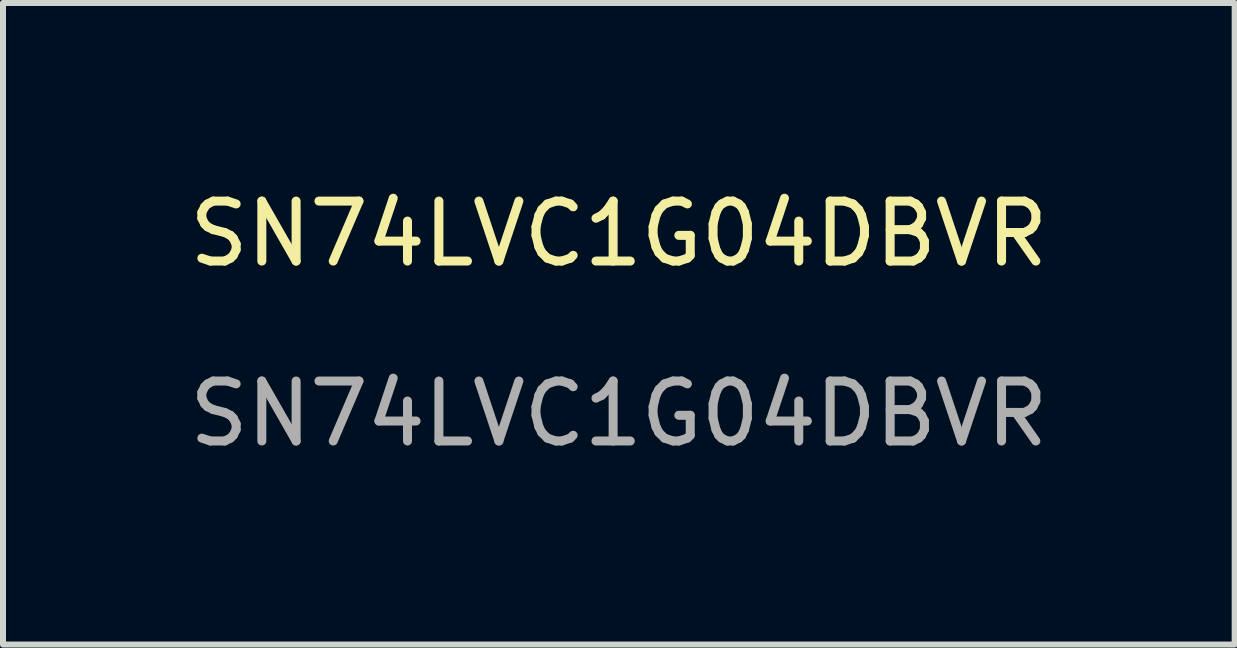
<source format=kicad_pcb>
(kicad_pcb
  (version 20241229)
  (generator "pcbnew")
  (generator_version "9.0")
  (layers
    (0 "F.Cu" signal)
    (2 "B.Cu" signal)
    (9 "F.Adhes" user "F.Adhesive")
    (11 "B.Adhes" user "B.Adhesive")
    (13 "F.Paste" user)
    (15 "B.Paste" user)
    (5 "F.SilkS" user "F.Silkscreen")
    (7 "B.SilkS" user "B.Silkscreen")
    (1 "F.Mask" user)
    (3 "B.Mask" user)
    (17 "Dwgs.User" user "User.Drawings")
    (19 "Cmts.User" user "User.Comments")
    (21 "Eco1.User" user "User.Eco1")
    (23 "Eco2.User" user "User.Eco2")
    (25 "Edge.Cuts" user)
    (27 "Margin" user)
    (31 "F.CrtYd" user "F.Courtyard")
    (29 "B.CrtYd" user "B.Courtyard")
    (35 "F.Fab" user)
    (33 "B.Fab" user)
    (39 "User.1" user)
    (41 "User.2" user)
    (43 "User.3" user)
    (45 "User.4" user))
  (footprint "SN74LVC1G04DBVR"
    (layer "F.Cu")
    (at 7.268 1.348)
    (property "Reference" "SN74LVC1G04DBVR" (at 0 -0.5 0) (unlocked yes) (layer "F.SilkS") (effects (font (size 1 1) (thickness 0.15))))
    (attr smd)
    (fp_text user "${REFERENCE}" (at 0 2.5 0) (unlocked yes) (layer "F.Fab") (effects (font (size 1 1) (thickness 0.15)))))
  (gr_rect
    (start -3 -3)
    (end 17.536 7.697)
    (stroke (width 0.1) (type default))
    (fill no)
    (layer "Edge.Cuts")))
</source>
